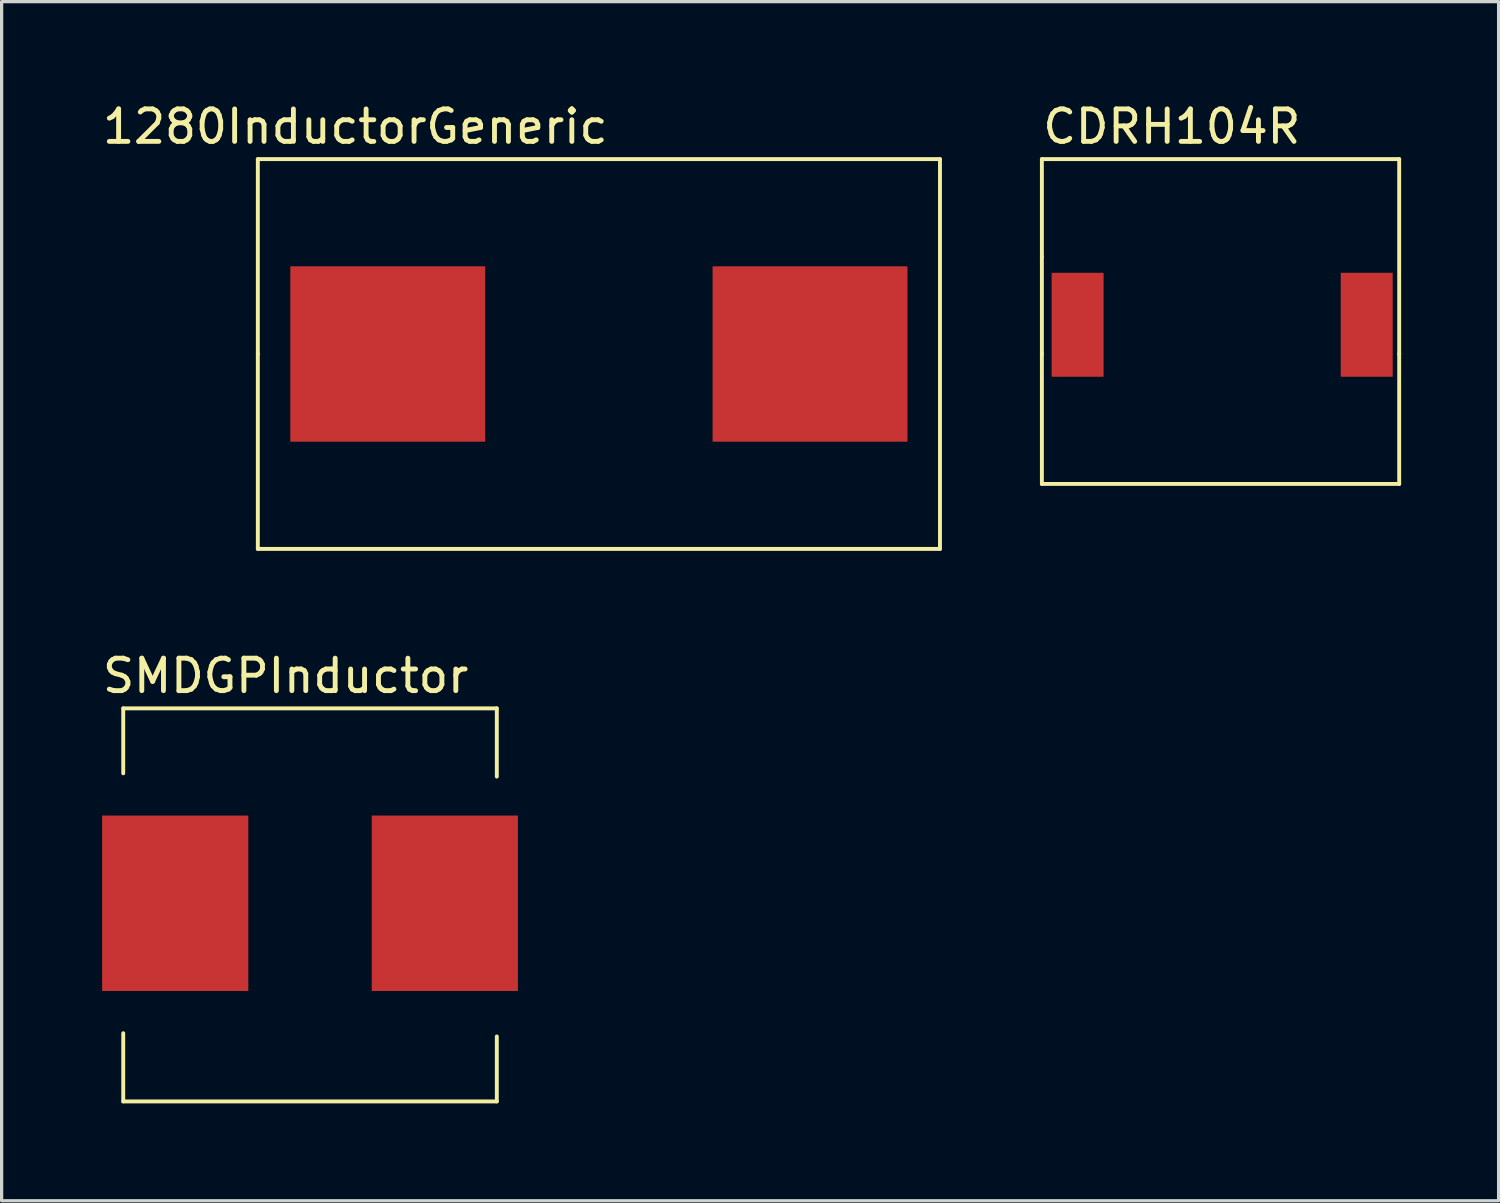
<source format=kicad_pcb>
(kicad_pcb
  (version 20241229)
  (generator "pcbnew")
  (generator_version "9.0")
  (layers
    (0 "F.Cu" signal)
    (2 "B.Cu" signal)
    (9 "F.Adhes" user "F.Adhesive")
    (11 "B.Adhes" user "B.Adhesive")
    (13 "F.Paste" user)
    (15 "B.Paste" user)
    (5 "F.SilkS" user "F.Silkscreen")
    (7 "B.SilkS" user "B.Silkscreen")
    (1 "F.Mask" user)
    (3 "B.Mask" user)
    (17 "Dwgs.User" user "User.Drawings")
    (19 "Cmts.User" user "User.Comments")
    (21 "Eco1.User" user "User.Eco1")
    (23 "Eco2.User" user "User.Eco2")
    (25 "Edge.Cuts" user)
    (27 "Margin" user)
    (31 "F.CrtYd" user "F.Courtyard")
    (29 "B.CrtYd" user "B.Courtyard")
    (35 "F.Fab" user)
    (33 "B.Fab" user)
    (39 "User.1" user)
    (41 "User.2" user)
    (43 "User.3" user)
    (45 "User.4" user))
  (footprint "SMDGPInductor"
    (layer "F.Cu")
    (at 6.644 24.657)
    (property "Reference" "SMDGPInductor" (at -0.9 -6.9 0) (layer "F.SilkS") (effects (font (size 1 1) (thickness 0.15))))
    (attr through_hole)
    (fp_line (start -5.9 -5.9) (end 5.6 -5.9) (stroke (width 0.12) (type solid)) (layer "F.SilkS"))
    (fp_line (start -5.9 -3.9) (end -5.9 -5.9) (stroke (width 0.12) (type solid)) (layer "F.SilkS"))
    (fp_line (start -5.9 6.2) (end -5.9 4.1) (stroke (width 0.12) (type solid)) (layer "F.SilkS"))
    (fp_line (start 5.6 -5.9) (end 5.6 -3.8) (stroke (width 0.12) (type solid)) (layer "F.SilkS"))
    (fp_line (start 5.6 4.2) (end 5.6 6.2) (stroke (width 0.12) (type solid)) (layer "F.SilkS"))
    (fp_line (start 5.6 6.2) (end -5.9 6.2) (stroke (width 0.12) (type solid)) (layer "F.SilkS"))
    (pad "1" smd rect (at -4.3 0.1) (size 4.5 5.4) (layers "F.Cu" "F.Mask" "F.Paste"))
    (pad "2" smd rect (at 4 0.1) (size 4.5 5.4) (layers "F.Cu" "F.Mask" "F.Paste")))
  (footprint "1280InductorGeneric"
    (layer "F.Cu")
    (at 15.887 7.848)
    (property "Reference" "1280InductorGeneric" (at -8 -7 0) (layer "F.SilkS") (effects (font (size 1 1) (thickness 0.15))))
    (attr through_hole)
    (fp_line (start -11 0) (end -11 -6) (stroke (width 0.12) (type solid)) (layer "F.SilkS"))
    (fp_line (start -11 6) (end -11 0) (stroke (width 0.12) (type solid)) (layer "F.SilkS"))
    (fp_line (start 10 -6) (end -11 -6) (stroke (width 0.12) (type solid)) (layer "F.SilkS"))
    (fp_line (start 10 -6) (end 10 6) (stroke (width 0.12) (type solid)) (layer "F.SilkS"))
    (fp_line (start 10 6) (end -11 6) (stroke (width 0.12) (type solid)) (layer "F.SilkS"))
    (pad "1" smd rect (at -7 0) (size 6 5.4) (layers "F.Cu" "F.Mask" "F.Paste"))
    (pad "2" smd rect (at 6 0) (size 6 5.4) (layers "F.Cu" "F.Mask" "F.Paste")))
  (footprint "CDRH104R"
    (layer "F.Cu")
    (at 35.024 6.848)
    (property "Reference" "CDRH104R" (at -2 -6 0) (layer "F.SilkS") (effects (font (size 1 1) (thickness 0.15))))
    (attr through_hole)
    (fp_line (start -6 -5) (end 5 -5) (stroke (width 0.12) (type solid)) (layer "F.SilkS"))
    (fp_line (start -6 -2) (end -6 -5) (stroke (width 0.12) (type solid)) (layer "F.SilkS"))
    (fp_line (start -6 1) (end -6 -2) (stroke (width 0.12) (type solid)) (layer "F.SilkS"))
    (fp_line (start -6 1) (end -6 5) (stroke (width 0.12) (type solid)) (layer "F.SilkS"))
    (fp_line (start 5 -5) (end 5 1) (stroke (width 0.12) (type solid)) (layer "F.SilkS"))
    (fp_line (start 5 1) (end 5 5) (stroke (width 0.12) (type solid)) (layer "F.SilkS"))
    (fp_line (start 5 5) (end -6 5) (stroke (width 0.12) (type solid)) (layer "F.SilkS"))
    (pad "1" smd rect (at -4.9 0.1) (size 1.6 3.2) (layers "F.Cu" "F.Mask" "F.Paste"))
    (pad "2" smd rect (at 4 0.1) (size 1.6 3.2) (layers "F.Cu" "F.Mask" "F.Paste")))
  (gr_rect
    (start -3 -3)
    (end 43.084 33.916)
    (stroke (width 0.1) (type default))
    (fill no)
    (layer "Edge.Cuts")))
</source>
